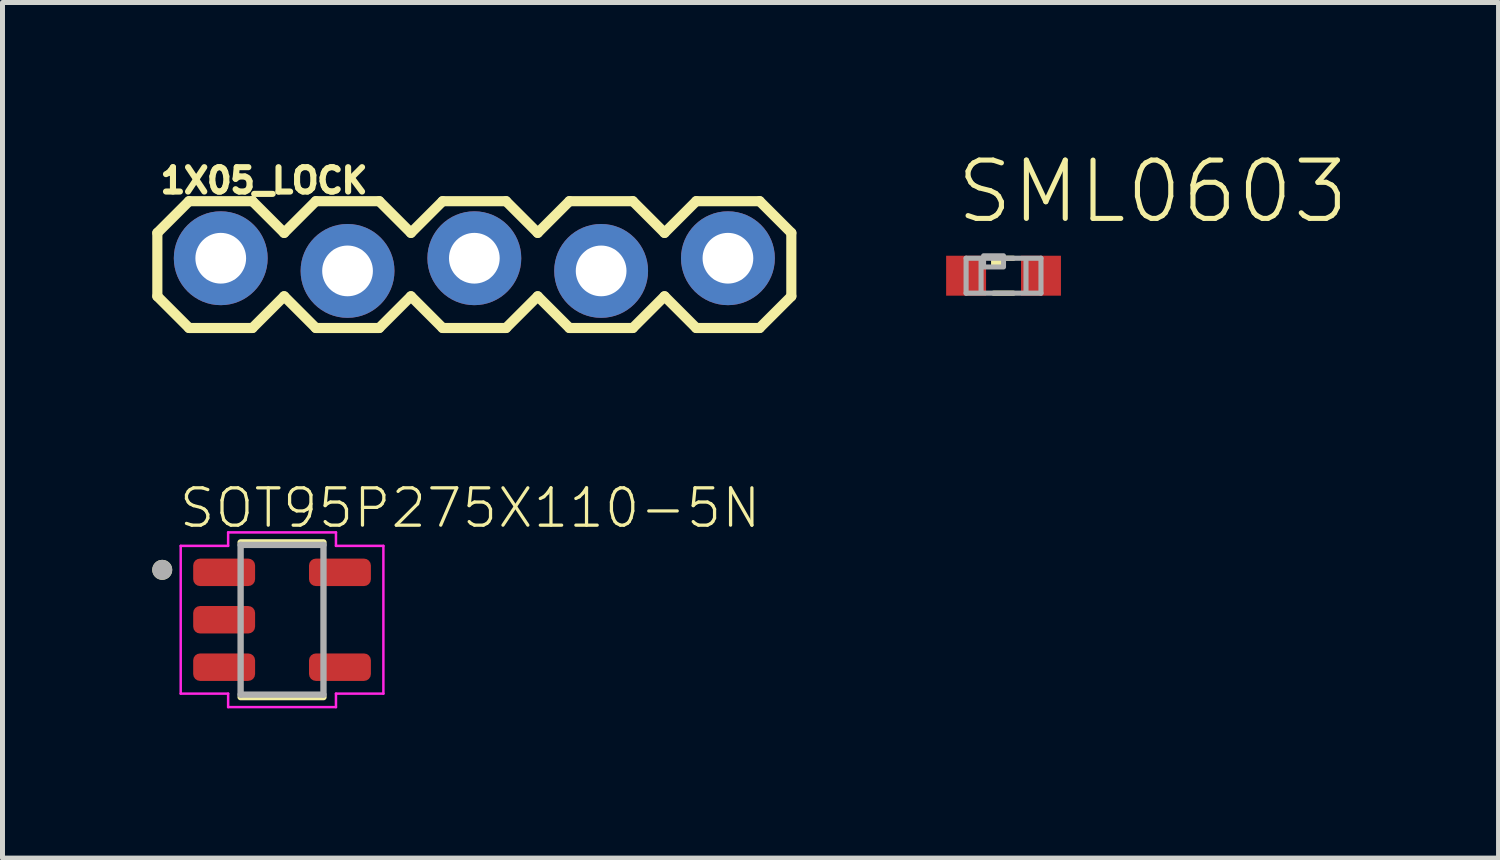
<source format=kicad_pcb>
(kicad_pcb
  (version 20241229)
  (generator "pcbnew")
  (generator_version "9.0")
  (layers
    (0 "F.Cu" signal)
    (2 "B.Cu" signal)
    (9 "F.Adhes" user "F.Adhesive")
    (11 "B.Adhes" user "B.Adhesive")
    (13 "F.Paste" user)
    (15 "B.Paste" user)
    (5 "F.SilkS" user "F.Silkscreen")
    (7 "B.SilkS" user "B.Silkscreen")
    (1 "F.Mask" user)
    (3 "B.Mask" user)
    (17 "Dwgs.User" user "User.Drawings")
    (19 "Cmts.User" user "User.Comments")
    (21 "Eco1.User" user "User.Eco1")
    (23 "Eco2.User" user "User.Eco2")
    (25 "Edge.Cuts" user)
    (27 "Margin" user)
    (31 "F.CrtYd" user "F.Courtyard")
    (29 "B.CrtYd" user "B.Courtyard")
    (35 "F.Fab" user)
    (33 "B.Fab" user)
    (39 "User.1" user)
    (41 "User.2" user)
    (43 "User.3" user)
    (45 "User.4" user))
  (footprint "1X05_LOCK"
    (layer "F.Cu")
    (at 1.372 2.25)
    (property "Reference" "1X05_LOCK" (at -1.27 -1.397 0) (layer "F.SilkS") (effects (font (size 0.488 0.488) (thickness 0.122)) (justify left bottom)))
    (fp_line (start -1.27 -0.635) (end -1.27 0.635) (stroke (width 0.203) (type solid)) (layer "F.SilkS"))
    (fp_line (start -1.27 0.635) (end -0.635 1.27) (stroke (width 0.203) (type solid)) (layer "F.SilkS"))
    (fp_line (start -0.635 -1.27) (end -1.27 -0.635) (stroke (width 0.203) (type solid)) (layer "F.SilkS"))
    (fp_line (start -0.635 -1.27) (end 0.635 -1.27) (stroke (width 0.203) (type solid)) (layer "F.SilkS"))
    (fp_line (start 0.635 -1.27) (end 1.27 -0.635) (stroke (width 0.203) (type solid)) (layer "F.SilkS"))
    (fp_line (start 0.635 1.27) (end -0.635 1.27) (stroke (width 0.203) (type solid)) (layer "F.SilkS"))
    (fp_line (start 1.27 -0.635) (end 1.905 -1.27) (stroke (width 0.203) (type solid)) (layer "F.SilkS"))
    (fp_line (start 1.27 0.635) (end 0.635 1.27) (stroke (width 0.203) (type solid)) (layer "F.SilkS"))
    (fp_line (start 1.905 -1.27) (end 3.175 -1.27) (stroke (width 0.203) (type solid)) (layer "F.SilkS"))
    (fp_line (start 1.905 1.27) (end 1.27 0.635) (stroke (width 0.203) (type solid)) (layer "F.SilkS"))
    (fp_line (start 3.175 -1.27) (end 3.81 -0.635) (stroke (width 0.203) (type solid)) (layer "F.SilkS"))
    (fp_line (start 3.175 1.27) (end 1.905 1.27) (stroke (width 0.203) (type solid)) (layer "F.SilkS"))
    (fp_line (start 3.81 -0.635) (end 4.445 -1.27) (stroke (width 0.203) (type solid)) (layer "F.SilkS"))
    (fp_line (start 3.81 0.635) (end 3.175 1.27) (stroke (width 0.203) (type solid)) (layer "F.SilkS"))
    (fp_line (start 4.445 -1.27) (end 5.715 -1.27) (stroke (width 0.203) (type solid)) (layer "F.SilkS"))
    (fp_line (start 4.445 1.27) (end 3.81 0.635) (stroke (width 0.203) (type solid)) (layer "F.SilkS"))
    (fp_line (start 5.715 -1.27) (end 6.35 -0.635) (stroke (width 0.203) (type solid)) (layer "F.SilkS"))
    (fp_line (start 5.715 1.27) (end 4.445 1.27) (stroke (width 0.203) (type solid)) (layer "F.SilkS"))
    (fp_line (start 6.35 0.635) (end 5.715 1.27) (stroke (width 0.203) (type solid)) (layer "F.SilkS"))
    (fp_line (start 6.35 0.635) (end 6.985 1.27) (stroke (width 0.203) (type solid)) (layer "F.SilkS"))
    (fp_line (start 6.985 -1.27) (end 6.35 -0.635) (stroke (width 0.203) (type solid)) (layer "F.SilkS"))
    (fp_line (start 6.985 -1.27) (end 8.255 -1.27) (stroke (width 0.203) (type solid)) (layer "F.SilkS"))
    (fp_line (start 8.255 -1.27) (end 8.89 -0.635) (stroke (width 0.203) (type solid)) (layer "F.SilkS"))
    (fp_line (start 8.255 1.27) (end 6.985 1.27) (stroke (width 0.203) (type solid)) (layer "F.SilkS"))
    (fp_line (start 8.89 -0.635) (end 9.525 -1.27) (stroke (width 0.203) (type solid)) (layer "F.SilkS"))
    (fp_line (start 8.89 0.635) (end 8.255 1.27) (stroke (width 0.203) (type solid)) (layer "F.SilkS"))
    (fp_line (start 9.525 -1.27) (end 10.795 -1.27) (stroke (width 0.203) (type solid)) (layer "F.SilkS"))
    (fp_line (start 9.525 1.27) (end 8.89 0.635) (stroke (width 0.203) (type solid)) (layer "F.SilkS"))
    (fp_line (start 10.795 -1.27) (end 11.43 -0.635) (stroke (width 0.203) (type solid)) (layer "F.SilkS"))
    (fp_line (start 10.795 1.27) (end 9.525 1.27) (stroke (width 0.203) (type solid)) (layer "F.SilkS"))
    (fp_line (start 11.43 -0.635) (end 11.43 0.635) (stroke (width 0.203) (type solid)) (layer "F.SilkS"))
    (fp_line (start 11.43 0.635) (end 10.795 1.27) (stroke (width 0.203) (type solid)) (layer "F.SilkS"))
    (fp_poly (pts (xy -0.254 0.254) (xy 0.254 0.254) (xy 0.254 -0.254) (xy -0.254 -0.254)) (stroke (width 0.1) (type default)) (fill no) (layer "F.Fab"))
    (fp_poly (pts (xy 2.286 0.254) (xy 2.794 0.254) (xy 2.794 -0.254) (xy 2.286 -0.254)) (stroke (width 0.1) (type default)) (fill no) (layer "F.Fab"))
    (fp_poly (pts (xy 4.826 0.254) (xy 5.334 0.254) (xy 5.334 -0.254) (xy 4.826 -0.254)) (stroke (width 0.1) (type default)) (fill no) (layer "F.Fab"))
    (fp_poly (pts (xy 7.366 0.254) (xy 7.874 0.254) (xy 7.874 -0.254) (xy 7.366 -0.254)) (stroke (width 0.1) (type default)) (fill no) (layer "F.Fab"))
    (fp_poly (pts (xy 9.906 0.254) (xy 10.414 0.254) (xy 10.414 -0.254) (xy 9.906 -0.254)) (stroke (width 0.1) (type default)) (fill no) (layer "F.Fab"))
    (pad "1" thru_hole circle (at 0 -0.127 90) (size 1.88 1.88) (drill 1.016) (layers "*.Cu" "*.Mask"))
    (pad "2" thru_hole circle (at 2.54 0.127 90) (size 1.88 1.88) (drill 1.016) (layers "*.Cu" "*.Mask"))
    (pad "3" thru_hole circle (at 5.08 -0.127 90) (size 1.88 1.88) (drill 1.016) (layers "*.Cu" "*.Mask"))
    (pad "4" thru_hole circle (at 7.62 0.127 90) (size 1.88 1.88) (drill 1.016) (layers "*.Cu" "*.Mask"))
    (pad "5" thru_hole circle (at 10.16 -0.127 90) (size 1.88 1.88) (drill 1.016) (layers "*.Cu" "*.Mask")))
  (footprint "SOT95P275X110-5N"
    (layer "F.Cu")
    (at 2.6 9.365)
    (property "Reference" "SOT95P275X110-5N" (at -2.1 -1.8 0) (layer "F.SilkS") (effects (font (size 0.748 0.748) (thickness 0.065)) (justify left bottom)))
    (fp_line (start -0.83 -1.55) (end 0.83 -1.55) (stroke (width 0.127) (type solid)) (layer "F.SilkS"))
    (fp_line (start -0.83 1.55) (end 0.83 1.55) (stroke (width 0.127) (type solid)) (layer "F.SilkS"))
    (fp_circle (center -2.4 -1) (end -2.3 -1) (stroke (width 0.2) (type solid)) (fill no) (layer "F.SilkS"))
    (fp_line (start -2.03 -1.48) (end -1.08 -1.48) (stroke (width 0.05) (type solid)) (layer "F.CrtYd"))
    (fp_line (start -2.03 1.48) (end -2.03 -1.48) (stroke (width 0.05) (type solid)) (layer "F.CrtYd"))
    (fp_line (start -1.08 -1.75) (end 1.08 -1.75) (stroke (width 0.05) (type solid)) (layer "F.CrtYd"))
    (fp_line (start -1.08 -1.48) (end -1.08 -1.75) (stroke (width 0.05) (type solid)) (layer "F.CrtYd"))
    (fp_line (start -1.08 1.48) (end -2.03 1.48) (stroke (width 0.05) (type solid)) (layer "F.CrtYd"))
    (fp_line (start -1.08 1.75) (end -1.08 1.48) (stroke (width 0.05) (type solid)) (layer "F.CrtYd"))
    (fp_line (start 1.08 -1.75) (end 1.08 -1.48) (stroke (width 0.05) (type solid)) (layer "F.CrtYd"))
    (fp_line (start 1.08 -1.48) (end 2.03 -1.48) (stroke (width 0.05) (type solid)) (layer "F.CrtYd"))
    (fp_line (start 1.08 1.48) (end 1.08 1.75) (stroke (width 0.05) (type solid)) (layer "F.CrtYd"))
    (fp_line (start 1.08 1.75) (end -1.08 1.75) (stroke (width 0.05) (type solid)) (layer "F.CrtYd"))
    (fp_line (start 2.03 1.48) (end 1.08 1.48) (stroke (width 0.05) (type solid)) (layer "F.CrtYd"))
    (fp_line (start 2.03 1.48) (end 2.03 -1.48) (stroke (width 0.05) (type solid)) (layer "F.CrtYd"))
    (fp_line (start -0.83 -1.5) (end 0.83 -1.5) (stroke (width 0.127) (type solid)) (layer "F.Fab"))
    (fp_line (start -0.83 1.5) (end -0.83 -1.5) (stroke (width 0.127) (type solid)) (layer "F.Fab"))
    (fp_line (start 0.83 -1.5) (end 0.83 1.5) (stroke (width 0.127) (type solid)) (layer "F.Fab"))
    (fp_line (start 0.83 1.5) (end -0.83 1.5) (stroke (width 0.127) (type solid)) (layer "F.Fab"))
    (fp_circle (center -2.4 -1) (end -2.3 -1) (stroke (width 0.2) (type solid)) (fill no) (layer "F.Fab"))
    (pad "1" smd roundrect (at -1.16 -0.95) (size 1.24 0.55) (layers "F.Cu" "F.Mask" "F.Paste") (roundrect_rratio 0.25))
    (pad "2" smd roundrect (at -1.16 0) (size 1.24 0.55) (layers "F.Cu" "F.Mask" "F.Paste") (roundrect_rratio 0.25))
    (pad "3" smd roundrect (at -1.16 0.95) (size 1.24 0.55) (layers "F.Cu" "F.Mask" "F.Paste") (roundrect_rratio 0.25))
    (pad "4" smd roundrect (at 1.16 0.95) (size 1.24 0.55) (layers "F.Cu" "F.Mask" "F.Paste") (roundrect_rratio 0.25))
    (pad "5" smd roundrect (at 1.16 -0.95) (size 1.24 0.55) (layers "F.Cu" "F.Mask" "F.Paste") (roundrect_rratio 0.25)))
  (footprint "SML0603"
    (layer "F.Cu")
    (at 17.053 2.473)
    (property "Reference" "SML0603" (at -1 -1 0) (layer "F.SilkS") (effects (font (size 1.168 1.168) (thickness 0.102)) (justify left bottom)))
    (fp_line (start -0.2 -0.35) (end 0.2 -0.35) (stroke (width 0.102) (type solid)) (layer "F.SilkS"))
    (fp_line (start -0.2 0.35) (end 0.2 0.35) (stroke (width 0.102) (type solid)) (layer "F.SilkS"))
    (fp_poly (pts (xy -0.25 -0.175) (xy 0 -0.175) (xy 0 -0.4) (xy -0.25 -0.4)) (stroke (width 0) (type default)) (fill yes) (layer "F.SilkS"))
    (fp_line (start -0.75 -0.35) (end 0.75 -0.35) (stroke (width 0.102) (type solid)) (layer "F.Fab"))
    (fp_line (start -0.75 0.35) (end -0.75 -0.35) (stroke (width 0.102) (type solid)) (layer "F.Fab"))
    (fp_line (start -0.45 -0.3) (end -0.45 0.3) (stroke (width 0.102) (type solid)) (layer "F.Fab"))
    (fp_line (start 0.45 -0.3) (end 0.45 0.3) (stroke (width 0.102) (type solid)) (layer "F.Fab"))
    (fp_line (start 0.75 -0.35) (end 0.75 0.35) (stroke (width 0.102) (type solid)) (layer "F.Fab"))
    (fp_line (start 0.75 0.35) (end -0.75 0.35) (stroke (width 0.102) (type solid)) (layer "F.Fab"))
    (fp_poly (pts (xy -0.4 -0.175) (xy 0 -0.175) (xy 0 -0.4) (xy -0.4 -0.4)) (stroke (width 0.1) (type default)) (fill no) (layer "F.Fab"))
    (pad "A" smd rect (at 0.75 0) (size 0.8 0.8) (layers "F.Cu" "F.Mask" "F.Paste"))
    (pad "C" smd rect (at -0.75 0) (size 0.8 0.8) (layers "F.Cu" "F.Mask" "F.Paste")))
  (gr_rect
    (start -3 -3)
    (end 26.969 14.14)
    (stroke (width 0.1) (type default))
    (fill no)
    (layer "Edge.Cuts")))
</source>
